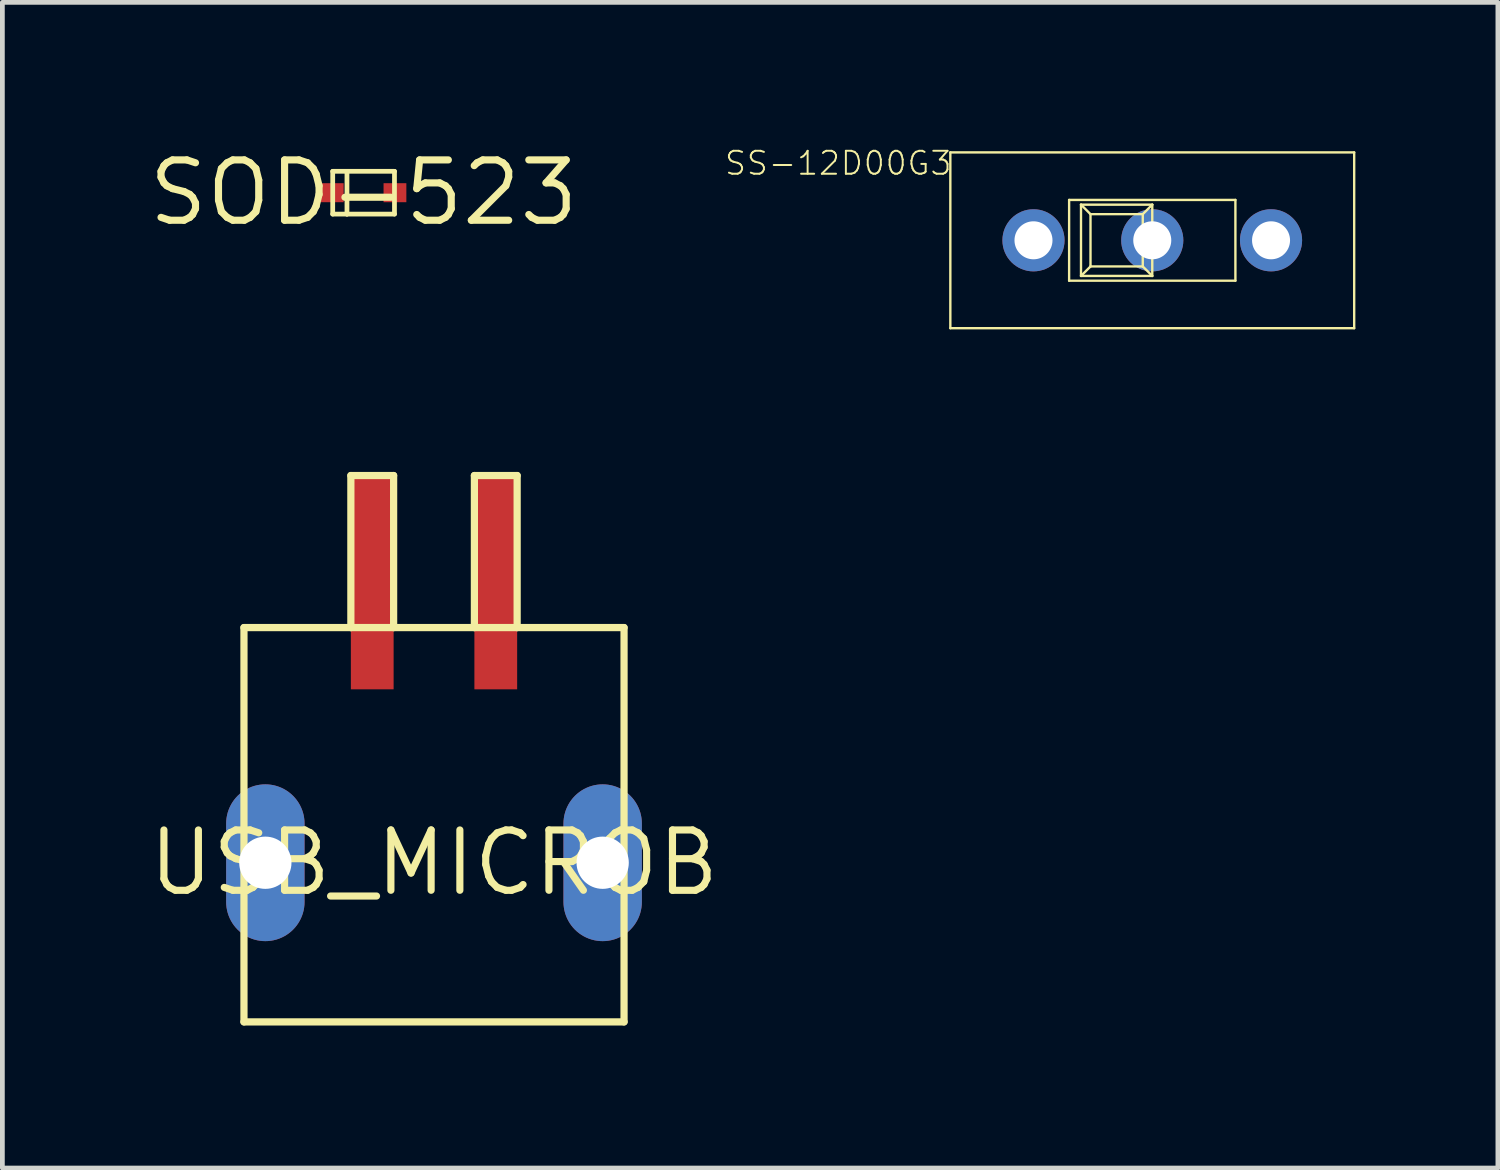
<source format=kicad_pcb>
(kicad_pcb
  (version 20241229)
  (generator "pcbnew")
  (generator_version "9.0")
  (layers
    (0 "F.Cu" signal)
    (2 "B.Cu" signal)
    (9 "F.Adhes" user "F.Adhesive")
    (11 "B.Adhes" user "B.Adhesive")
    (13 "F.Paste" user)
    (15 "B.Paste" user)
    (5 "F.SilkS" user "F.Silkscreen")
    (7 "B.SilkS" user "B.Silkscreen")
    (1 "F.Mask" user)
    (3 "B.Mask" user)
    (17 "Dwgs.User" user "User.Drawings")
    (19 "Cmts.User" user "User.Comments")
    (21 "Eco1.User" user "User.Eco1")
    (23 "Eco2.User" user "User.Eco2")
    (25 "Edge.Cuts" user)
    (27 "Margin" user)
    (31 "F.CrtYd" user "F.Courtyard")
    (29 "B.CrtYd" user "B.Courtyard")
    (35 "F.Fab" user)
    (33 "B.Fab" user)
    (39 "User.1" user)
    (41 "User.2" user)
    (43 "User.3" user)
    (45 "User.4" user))
  (footprint "USB_MICROB"
    (layer "F.Cu")
    (at 6.085 15.109)
    (property "Reference" "USB_MICROB" (at 0 0 0) (layer "F.SilkS") (effects (font (size 1.27 1.27) (thickness 0.15))))
    (attr through_hole)
    (fp_line (start -4 -4.95) (end -4 3.35) (stroke (width 0.152) (type solid)) (layer "F.SilkS"))
    (fp_line (start -4 3.35) (end 4 3.35) (stroke (width 0.152) (type solid)) (layer "F.SilkS"))
    (fp_line (start -1.75 -8.15) (end -0.85 -8.15) (stroke (width 0.152) (type solid)) (layer "F.SilkS"))
    (fp_line (start -1.75 -4.95) (end -4 -4.95) (stroke (width 0.152) (type solid)) (layer "F.SilkS"))
    (fp_line (start -1.75 -4.95) (end -1.75 -8.15) (stroke (width 0.152) (type solid)) (layer "F.SilkS"))
    (fp_line (start -0.85 -8.15) (end -0.85 -4.95) (stroke (width 0.152) (type solid)) (layer "F.SilkS"))
    (fp_line (start -0.85 -4.95) (end -1.75 -4.95) (stroke (width 0.152) (type solid)) (layer "F.SilkS"))
    (fp_line (start 0.85 -8.15) (end 1.75 -8.15) (stroke (width 0.152) (type solid)) (layer "F.SilkS"))
    (fp_line (start 0.85 -4.95) (end -0.85 -4.95) (stroke (width 0.152) (type solid)) (layer "F.SilkS"))
    (fp_line (start 0.85 -4.95) (end 0.85 -8.15) (stroke (width 0.152) (type solid)) (layer "F.SilkS"))
    (fp_line (start 1.75 -8.15) (end 1.75 -4.95) (stroke (width 0.152) (type solid)) (layer "F.SilkS"))
    (fp_line (start 1.75 -4.95) (end 0.85 -4.95) (stroke (width 0.152) (type solid)) (layer "F.SilkS"))
    (fp_line (start 4 -4.95) (end 1.75 -4.95) (stroke (width 0.152) (type solid)) (layer "F.SilkS"))
    (fp_line (start 4 3.35) (end 4 -4.95) (stroke (width 0.152) (type solid)) (layer "F.SilkS"))
    (pad "GND1" thru_hole oval (at -3.55 0 90) (size 3.3 1.65) (drill 1.1) (layers "*.Cu" "*.Mask"))
    (pad "GND2" thru_hole oval (at 3.55 0 90) (size 3.3 1.65) (drill 1.1) (layers "*.Cu" "*.Mask"))
    (pad "USB+" smd rect (at -1.3 -5.9 90) (size 4.5 0.9) (layers "F.Cu" "F.Mask" "F.Paste"))
    (pad "USB-" smd rect (at 1.3 -5.9 90) (size 4.5 0.9) (layers "F.Cu" "F.Mask" "F.Paste")))
  (footprint "SS-12D00G3"
    (layer "F.Cu")
    (at 21.203 2.008)
    (property "Reference" "SS-12D00G3" (at -4.191 -1.905 0) (layer "F.SilkS") (effects (font (size 0.483 0.483) (thickness 0.041)) (justify right top)))
    (attr through_hole)
    (fp_line (start -4.25 -1.85) (end -4.25 1.85) (stroke (width 0.05) (type solid)) (layer "F.SilkS"))
    (fp_line (start -4.25 1.85) (end 4.25 1.85) (stroke (width 0.05) (type solid)) (layer "F.SilkS"))
    (fp_line (start -1.75 -0.85) (end -1.75 0.85) (stroke (width 0.05) (type solid)) (layer "F.SilkS"))
    (fp_line (start -1.75 0.85) (end 1.75 0.85) (stroke (width 0.05) (type solid)) (layer "F.SilkS"))
    (fp_line (start -1.5 -0.75) (end -1.5 0.75) (stroke (width 0.05) (type solid)) (layer "F.SilkS"))
    (fp_line (start -1.5 0.75) (end 0 0.75) (stroke (width 0.05) (type solid)) (layer "F.SilkS"))
    (fp_line (start -1.3 -0.55) (end -1.5 -0.75) (stroke (width 0.05) (type solid)) (layer "F.SilkS"))
    (fp_line (start -1.3 -0.55) (end -1.3 0.55) (stroke (width 0.05) (type solid)) (layer "F.SilkS"))
    (fp_line (start -1.3 0.55) (end -1.5 0.75) (stroke (width 0.05) (type solid)) (layer "F.SilkS"))
    (fp_line (start -1.3 0.55) (end -0.2 0.55) (stroke (width 0.05) (type solid)) (layer "F.SilkS"))
    (fp_line (start -0.2 -0.55) (end -1.3 -0.55) (stroke (width 0.05) (type solid)) (layer "F.SilkS"))
    (fp_line (start -0.2 -0.55) (end 0 -0.75) (stroke (width 0.05) (type solid)) (layer "F.SilkS"))
    (fp_line (start -0.2 0.55) (end -0.2 -0.55) (stroke (width 0.05) (type solid)) (layer "F.SilkS"))
    (fp_line (start -0.2 0.55) (end 0 0.75) (stroke (width 0.05) (type solid)) (layer "F.SilkS"))
    (fp_line (start 0 -0.75) (end -1.5 -0.75) (stroke (width 0.05) (type solid)) (layer "F.SilkS"))
    (fp_line (start 0 0.75) (end 0 -0.75) (stroke (width 0.05) (type solid)) (layer "F.SilkS"))
    (fp_line (start 1.75 -0.85) (end -1.75 -0.85) (stroke (width 0.05) (type solid)) (layer "F.SilkS"))
    (fp_line (start 1.75 0.85) (end 1.75 -0.85) (stroke (width 0.05) (type solid)) (layer "F.SilkS"))
    (fp_line (start 4.25 -1.85) (end -4.25 -1.85) (stroke (width 0.05) (type solid)) (layer "F.SilkS"))
    (fp_line (start 4.25 1.85) (end 4.25 -1.85) (stroke (width 0.05) (type solid)) (layer "F.SilkS"))
    (pad "C" thru_hole circle (at 0 0) (size 1.308 1.308) (drill 0.8) (layers "*.Cu" "*.Mask"))
    (pad "L" thru_hole circle (at -2.5 0) (size 1.308 1.308) (drill 0.8) (layers "*.Cu" "*.Mask"))
    (pad "R" thru_hole circle (at 2.5 0) (size 1.308 1.308) (drill 0.8) (layers "*.Cu" "*.Mask")))
  (footprint "SOD-523"
    (layer "F.Cu")
    (at 4.603 1.006)
    (property "Reference" "SOD-523" (at 0 0 0) (layer "F.SilkS") (effects (font (size 1.27 1.27) (thickness 0.15))))
    (attr through_hole)
    (fp_line (start -0.65 -0.45) (end -0.65 0.45) (stroke (width 0.1) (type solid)) (layer "F.SilkS"))
    (fp_line (start -0.65 0.45) (end -0.35 0.45) (stroke (width 0.1) (type solid)) (layer "F.SilkS"))
    (fp_line (start -0.35 -0.45) (end -0.65 -0.45) (stroke (width 0.1) (type solid)) (layer "F.SilkS"))
    (fp_line (start -0.35 0.45) (end -0.35 -0.45) (stroke (width 0.1) (type solid)) (layer "F.SilkS"))
    (fp_line (start -0.35 0.45) (end 0.65 0.45) (stroke (width 0.1) (type solid)) (layer "F.SilkS"))
    (fp_line (start 0.65 -0.45) (end -0.35 -0.45) (stroke (width 0.1) (type solid)) (layer "F.SilkS"))
    (fp_line (start 0.65 0.45) (end 0.65 -0.45) (stroke (width 0.1) (type solid)) (layer "F.SilkS"))
    (pad "A" smd rect (at 0.66 0) (size 0.48 0.4) (layers "F.Cu" "F.Mask" "F.Paste"))
    (pad "C" smd rect (at -0.66 0) (size 0.48 0.4) (layers "F.Cu" "F.Mask" "F.Paste")))
  (gr_rect
    (start -3 -3)
    (end 28.478 21.535)
    (stroke (width 0.1) (type default))
    (fill no)
    (layer "Edge.Cuts")))
</source>
